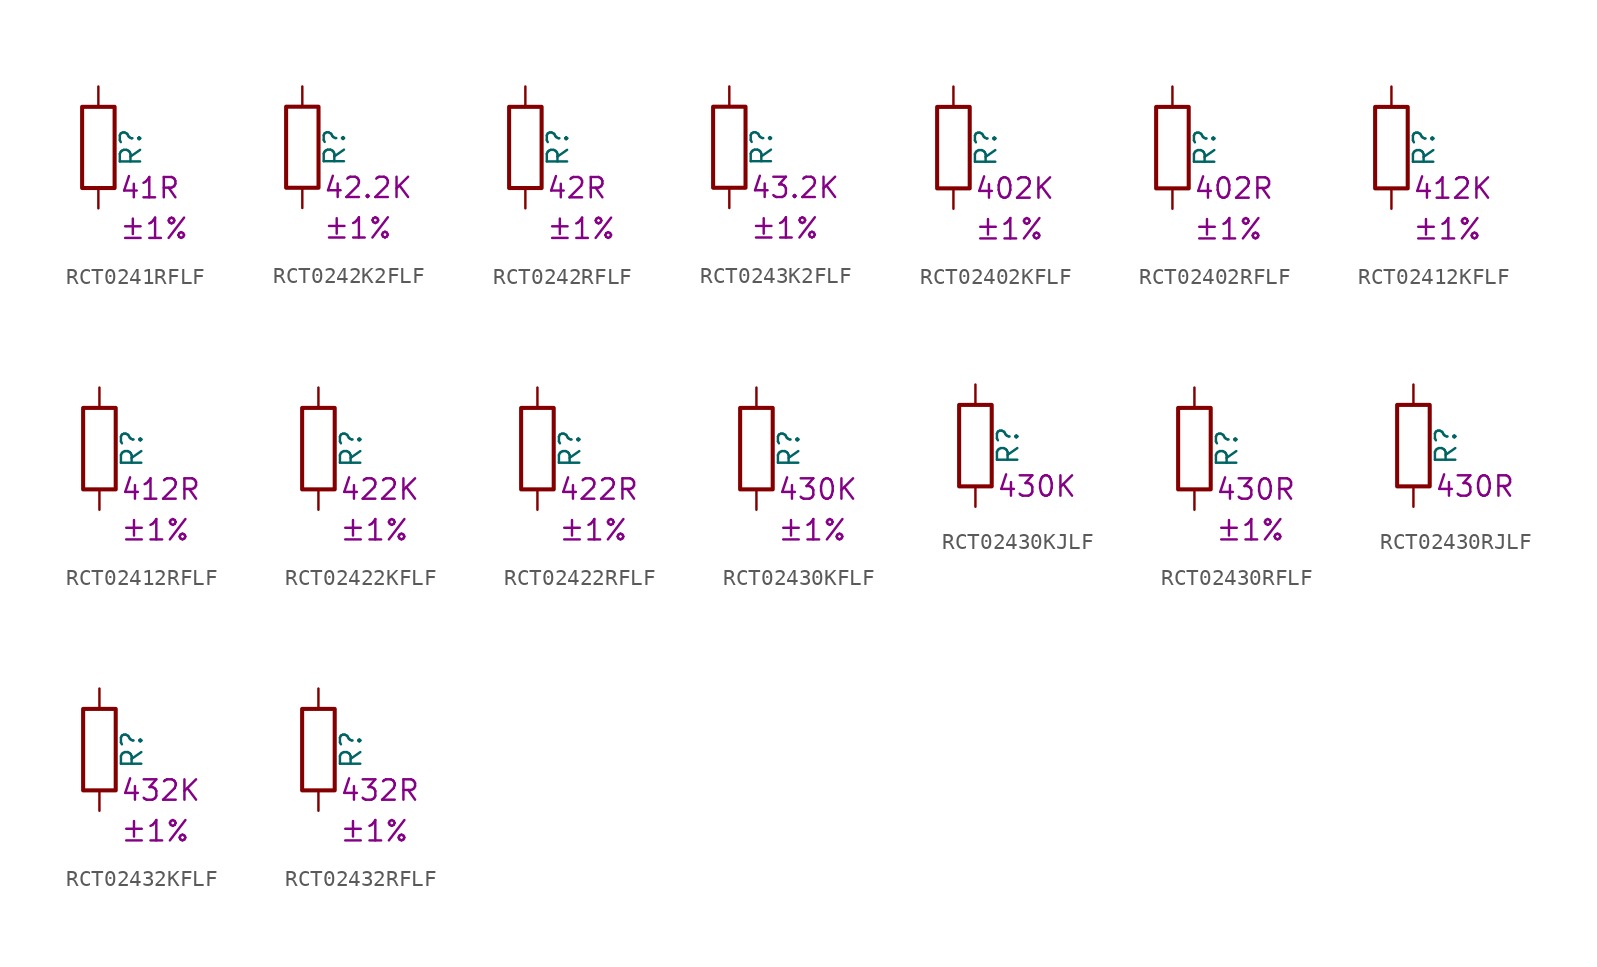
<source format=kicad_sym>
(kicad_symbol_lib
  (version 20220914)
  (generator kicad_symbol_editor)
  (symbol "RCT0241RFLF"
    (pin_numbers hide)
    (pin_names
      (offset 0))
    (property "Reference" "R"
      (at 2.032 0 90)
      (effects (font (size 1.27 1.27))))
    (property "Resistance" "41R"
      (at 1.27 -2.54 0)
      (effects (font (size 1.27 1.27)) (justify left)))
    (property "Tolerance" "±1%"
      (at 1.27 -5.08 0)
      (effects (font (size 1.27 1.27)) (justify left)))
    (symbol "RCT0241RFLF_0_1"
      (rectangle (start -1.016 -2.54) (end 1.016 2.54) (stroke (width 0.254) (type default)) (fill (type none))))
    (symbol "RCT0241RFLF_1_1"
      (pin passive line (at 0 3.81 270) (length 1.27) (name "~" (effects (font (size 1.27 1.27)))) (number "1" (effects (font (size 1.27 1.27)))))
      (pin passive line (at 0 -3.81 90) (length 1.27) (name "~" (effects (font (size 1.27 1.27)))) (number "2" (effects (font (size 1.27 1.27)))))))
  (symbol "RCT0242K2FLF"
    (pin_numbers hide)
    (pin_names
      (offset 0))
    (property "Reference" "R"
      (at 2.032 0 90)
      (effects (font (size 1.27 1.27))))
    (property "Resistance" "42.2K"
      (at 1.27 -2.54 0)
      (effects (font (size 1.27 1.27)) (justify left)))
    (property "Tolerance" "±1%"
      (at 1.27 -5.08 0)
      (effects (font (size 1.27 1.27)) (justify left)))
    (symbol "RCT0242K2FLF_0_1"
      (rectangle (start -1.016 -2.54) (end 1.016 2.54) (stroke (width 0.254) (type default)) (fill (type none))))
    (symbol "RCT0242K2FLF_1_1"
      (pin passive line (at 0 3.81 270) (length 1.27) (name "~" (effects (font (size 1.27 1.27)))) (number "1" (effects (font (size 1.27 1.27)))))
      (pin passive line (at 0 -3.81 90) (length 1.27) (name "~" (effects (font (size 1.27 1.27)))) (number "2" (effects (font (size 1.27 1.27)))))))
  (symbol "RCT0242RFLF"
    (pin_numbers hide)
    (pin_names
      (offset 0))
    (property "Reference" "R"
      (at 2.032 0 90)
      (effects (font (size 1.27 1.27))))
    (property "Resistance" "42R"
      (at 1.27 -2.54 0)
      (effects (font (size 1.27 1.27)) (justify left)))
    (property "Tolerance" "±1%"
      (at 1.27 -5.08 0)
      (effects (font (size 1.27 1.27)) (justify left)))
    (symbol "RCT0242RFLF_0_1"
      (rectangle (start -1.016 -2.54) (end 1.016 2.54) (stroke (width 0.254) (type default)) (fill (type none))))
    (symbol "RCT0242RFLF_1_1"
      (pin passive line (at 0 3.81 270) (length 1.27) (name "~" (effects (font (size 1.27 1.27)))) (number "1" (effects (font (size 1.27 1.27)))))
      (pin passive line (at 0 -3.81 90) (length 1.27) (name "~" (effects (font (size 1.27 1.27)))) (number "2" (effects (font (size 1.27 1.27)))))))
  (symbol "RCT0243K2FLF"
    (pin_numbers hide)
    (pin_names
      (offset 0))
    (property "Reference" "R"
      (at 2.032 0 90)
      (effects (font (size 1.27 1.27))))
    (property "Resistance" "43.2K"
      (at 1.27 -2.54 0)
      (effects (font (size 1.27 1.27)) (justify left)))
    (property "Tolerance" "±1%"
      (at 1.27 -5.08 0)
      (effects (font (size 1.27 1.27)) (justify left)))
    (symbol "RCT0243K2FLF_0_1"
      (rectangle (start -1.016 -2.54) (end 1.016 2.54) (stroke (width 0.254) (type default)) (fill (type none))))
    (symbol "RCT0243K2FLF_1_1"
      (pin passive line (at 0 3.81 270) (length 1.27) (name "~" (effects (font (size 1.27 1.27)))) (number "1" (effects (font (size 1.27 1.27)))))
      (pin passive line (at 0 -3.81 90) (length 1.27) (name "~" (effects (font (size 1.27 1.27)))) (number "2" (effects (font (size 1.27 1.27)))))))
  (symbol "RCT02402KFLF"
    (pin_numbers hide)
    (pin_names
      (offset 0))
    (property "Reference" "R"
      (at 2.032 0 90)
      (effects (font (size 1.27 1.27))))
    (property "Resistance" "402K"
      (at 1.27 -2.54 0)
      (effects (font (size 1.27 1.27)) (justify left)))
    (property "Tolerance" "±1%"
      (at 1.27 -5.08 0)
      (effects (font (size 1.27 1.27)) (justify left)))
    (symbol "RCT02402KFLF_0_1"
      (rectangle (start -1.016 -2.54) (end 1.016 2.54) (stroke (width 0.254) (type default)) (fill (type none))))
    (symbol "RCT02402KFLF_1_1"
      (pin passive line (at 0 3.81 270) (length 1.27) (name "~" (effects (font (size 1.27 1.27)))) (number "1" (effects (font (size 1.27 1.27)))))
      (pin passive line (at 0 -3.81 90) (length 1.27) (name "~" (effects (font (size 1.27 1.27)))) (number "2" (effects (font (size 1.27 1.27)))))))
  (symbol "RCT02402RFLF"
    (pin_numbers hide)
    (pin_names
      (offset 0))
    (property "Reference" "R"
      (at 2.032 0 90)
      (effects (font (size 1.27 1.27))))
    (property "Resistance" "402R"
      (at 1.27 -2.54 0)
      (effects (font (size 1.27 1.27)) (justify left)))
    (property "Tolerance" "±1%"
      (at 1.27 -5.08 0)
      (effects (font (size 1.27 1.27)) (justify left)))
    (symbol "RCT02402RFLF_0_1"
      (rectangle (start -1.016 -2.54) (end 1.016 2.54) (stroke (width 0.254) (type default)) (fill (type none))))
    (symbol "RCT02402RFLF_1_1"
      (pin passive line (at 0 3.81 270) (length 1.27) (name "~" (effects (font (size 1.27 1.27)))) (number "1" (effects (font (size 1.27 1.27)))))
      (pin passive line (at 0 -3.81 90) (length 1.27) (name "~" (effects (font (size 1.27 1.27)))) (number "2" (effects (font (size 1.27 1.27)))))))
  (symbol "RCT02412KFLF"
    (pin_numbers hide)
    (pin_names
      (offset 0))
    (property "Reference" "R"
      (at 2.032 0 90)
      (effects (font (size 1.27 1.27))))
    (property "Resistance" "412K"
      (at 1.27 -2.54 0)
      (effects (font (size 1.27 1.27)) (justify left)))
    (property "Tolerance" "±1%"
      (at 1.27 -5.08 0)
      (effects (font (size 1.27 1.27)) (justify left)))
    (symbol "RCT02412KFLF_0_1"
      (rectangle (start -1.016 -2.54) (end 1.016 2.54) (stroke (width 0.254) (type default)) (fill (type none))))
    (symbol "RCT02412KFLF_1_1"
      (pin passive line (at 0 3.81 270) (length 1.27) (name "~" (effects (font (size 1.27 1.27)))) (number "1" (effects (font (size 1.27 1.27)))))
      (pin passive line (at 0 -3.81 90) (length 1.27) (name "~" (effects (font (size 1.27 1.27)))) (number "2" (effects (font (size 1.27 1.27)))))))
  (symbol "RCT02412RFLF"
    (pin_numbers hide)
    (pin_names
      (offset 0))
    (property "Reference" "R"
      (at 2.032 0 90)
      (effects (font (size 1.27 1.27))))
    (property "Resistance" "412R"
      (at 1.27 -2.54 0)
      (effects (font (size 1.27 1.27)) (justify left)))
    (property "Tolerance" "±1%"
      (at 1.27 -5.08 0)
      (effects (font (size 1.27 1.27)) (justify left)))
    (symbol "RCT02412RFLF_0_1"
      (rectangle (start -1.016 -2.54) (end 1.016 2.54) (stroke (width 0.254) (type default)) (fill (type none))))
    (symbol "RCT02412RFLF_1_1"
      (pin passive line (at 0 3.81 270) (length 1.27) (name "~" (effects (font (size 1.27 1.27)))) (number "1" (effects (font (size 1.27 1.27)))))
      (pin passive line (at 0 -3.81 90) (length 1.27) (name "~" (effects (font (size 1.27 1.27)))) (number "2" (effects (font (size 1.27 1.27)))))))
  (symbol "RCT02422KFLF"
    (pin_numbers hide)
    (pin_names
      (offset 0))
    (property "Reference" "R"
      (at 2.032 0 90)
      (effects (font (size 1.27 1.27))))
    (property "Resistance" "422K"
      (at 1.27 -2.54 0)
      (effects (font (size 1.27 1.27)) (justify left)))
    (property "Tolerance" "±1%"
      (at 1.27 -5.08 0)
      (effects (font (size 1.27 1.27)) (justify left)))
    (symbol "RCT02422KFLF_0_1"
      (rectangle (start -1.016 -2.54) (end 1.016 2.54) (stroke (width 0.254) (type default)) (fill (type none))))
    (symbol "RCT02422KFLF_1_1"
      (pin passive line (at 0 3.81 270) (length 1.27) (name "~" (effects (font (size 1.27 1.27)))) (number "1" (effects (font (size 1.27 1.27)))))
      (pin passive line (at 0 -3.81 90) (length 1.27) (name "~" (effects (font (size 1.27 1.27)))) (number "2" (effects (font (size 1.27 1.27)))))))
  (symbol "RCT02422RFLF"
    (pin_numbers hide)
    (pin_names
      (offset 0))
    (property "Reference" "R"
      (at 2.032 0 90)
      (effects (font (size 1.27 1.27))))
    (property "Resistance" "422R"
      (at 1.27 -2.54 0)
      (effects (font (size 1.27 1.27)) (justify left)))
    (property "Tolerance" "±1%"
      (at 1.27 -5.08 0)
      (effects (font (size 1.27 1.27)) (justify left)))
    (symbol "RCT02422RFLF_0_1"
      (rectangle (start -1.016 -2.54) (end 1.016 2.54) (stroke (width 0.254) (type default)) (fill (type none))))
    (symbol "RCT02422RFLF_1_1"
      (pin passive line (at 0 3.81 270) (length 1.27) (name "~" (effects (font (size 1.27 1.27)))) (number "1" (effects (font (size 1.27 1.27)))))
      (pin passive line (at 0 -3.81 90) (length 1.27) (name "~" (effects (font (size 1.27 1.27)))) (number "2" (effects (font (size 1.27 1.27)))))))
  (symbol "RCT02430KFLF"
    (pin_numbers hide)
    (pin_names
      (offset 0))
    (property "Reference" "R"
      (at 2.032 0 90)
      (effects (font (size 1.27 1.27))))
    (property "Resistance" "430K"
      (at 1.27 -2.54 0)
      (effects (font (size 1.27 1.27)) (justify left)))
    (property "Tolerance" "±1%"
      (at 1.27 -5.08 0)
      (effects (font (size 1.27 1.27)) (justify left)))
    (symbol "RCT02430KFLF_0_1"
      (rectangle (start -1.016 -2.54) (end 1.016 2.54) (stroke (width 0.254) (type default)) (fill (type none))))
    (symbol "RCT02430KFLF_1_1"
      (pin passive line (at 0 3.81 270) (length 1.27) (name "~" (effects (font (size 1.27 1.27)))) (number "1" (effects (font (size 1.27 1.27)))))
      (pin passive line (at 0 -3.81 90) (length 1.27) (name "~" (effects (font (size 1.27 1.27)))) (number "2" (effects (font (size 1.27 1.27)))))))
  (symbol "RCT02430KJLF"
    (pin_numbers hide)
    (pin_names
      (offset 0))
    (property "Reference" "R"
      (at 2.032 0 90)
      (effects (font (size 1.27 1.27))))
    (property "Resistance" "430K"
      (at 1.27 -2.54 0)
      (effects (font (size 1.27 1.27)) (justify left)))
    (symbol "RCT02430KJLF_0_1"
      (rectangle (start -1.016 -2.54) (end 1.016 2.54) (stroke (width 0.254) (type default)) (fill (type none))))
    (symbol "RCT02430KJLF_1_1"
      (pin passive line (at 0 3.81 270) (length 1.27) (name "~" (effects (font (size 1.27 1.27)))) (number "1" (effects (font (size 1.27 1.27)))))
      (pin passive line (at 0 -3.81 90) (length 1.27) (name "~" (effects (font (size 1.27 1.27)))) (number "2" (effects (font (size 1.27 1.27)))))))
  (symbol "RCT02430RFLF"
    (pin_numbers hide)
    (pin_names
      (offset 0))
    (property "Reference" "R"
      (at 2.032 0 90)
      (effects (font (size 1.27 1.27))))
    (property "Resistance" "430R"
      (at 1.27 -2.54 0)
      (effects (font (size 1.27 1.27)) (justify left)))
    (property "Tolerance" "±1%"
      (at 1.27 -5.08 0)
      (effects (font (size 1.27 1.27)) (justify left)))
    (symbol "RCT02430RFLF_0_1"
      (rectangle (start -1.016 -2.54) (end 1.016 2.54) (stroke (width 0.254) (type default)) (fill (type none))))
    (symbol "RCT02430RFLF_1_1"
      (pin passive line (at 0 3.81 270) (length 1.27) (name "~" (effects (font (size 1.27 1.27)))) (number "1" (effects (font (size 1.27 1.27)))))
      (pin passive line (at 0 -3.81 90) (length 1.27) (name "~" (effects (font (size 1.27 1.27)))) (number "2" (effects (font (size 1.27 1.27)))))))
  (symbol "RCT02430RJLF"
    (pin_numbers hide)
    (pin_names
      (offset 0))
    (property "Reference" "R"
      (at 2.032 0 90)
      (effects (font (size 1.27 1.27))))
    (property "Resistance" "430R"
      (at 1.27 -2.54 0)
      (effects (font (size 1.27 1.27)) (justify left)))
    (symbol "RCT02430RJLF_0_1"
      (rectangle (start -1.016 -2.54) (end 1.016 2.54) (stroke (width 0.254) (type default)) (fill (type none))))
    (symbol "RCT02430RJLF_1_1"
      (pin passive line (at 0 3.81 270) (length 1.27) (name "~" (effects (font (size 1.27 1.27)))) (number "1" (effects (font (size 1.27 1.27)))))
      (pin passive line (at 0 -3.81 90) (length 1.27) (name "~" (effects (font (size 1.27 1.27)))) (number "2" (effects (font (size 1.27 1.27)))))))
  (symbol "RCT02432KFLF"
    (pin_numbers hide)
    (pin_names
      (offset 0))
    (property "Reference" "R"
      (at 2.032 0 90)
      (effects (font (size 1.27 1.27))))
    (property "Resistance" "432K"
      (at 1.27 -2.54 0)
      (effects (font (size 1.27 1.27)) (justify left)))
    (property "Tolerance" "±1%"
      (at 1.27 -5.08 0)
      (effects (font (size 1.27 1.27)) (justify left)))
    (symbol "RCT02432KFLF_0_1"
      (rectangle (start -1.016 -2.54) (end 1.016 2.54) (stroke (width 0.254) (type default)) (fill (type none))))
    (symbol "RCT02432KFLF_1_1"
      (pin passive line (at 0 3.81 270) (length 1.27) (name "~" (effects (font (size 1.27 1.27)))) (number "1" (effects (font (size 1.27 1.27)))))
      (pin passive line (at 0 -3.81 90) (length 1.27) (name "~" (effects (font (size 1.27 1.27)))) (number "2" (effects (font (size 1.27 1.27)))))))
  (symbol "RCT02432RFLF"
    (pin_numbers hide)
    (pin_names
      (offset 0))
    (property "Reference" "R"
      (at 2.032 0 90)
      (effects (font (size 1.27 1.27))))
    (property "Resistance" "432R"
      (at 1.27 -2.54 0)
      (effects (font (size 1.27 1.27)) (justify left)))
    (property "Tolerance" "±1%"
      (at 1.27 -5.08 0)
      (effects (font (size 1.27 1.27)) (justify left)))
    (symbol "RCT02432RFLF_0_1"
      (rectangle (start -1.016 -2.54) (end 1.016 2.54) (stroke (width 0.254) (type default)) (fill (type none))))
    (symbol "RCT02432RFLF_1_1"
      (pin passive line (at 0 3.81 270) (length 1.27) (name "~" (effects (font (size 1.27 1.27)))) (number "1" (effects (font (size 1.27 1.27)))))
      (pin passive line (at 0 -3.81 90) (length 1.27) (name "~" (effects (font (size 1.27 1.27)))) (number "2" (effects (font (size 1.27 1.27))))))))
</source>
